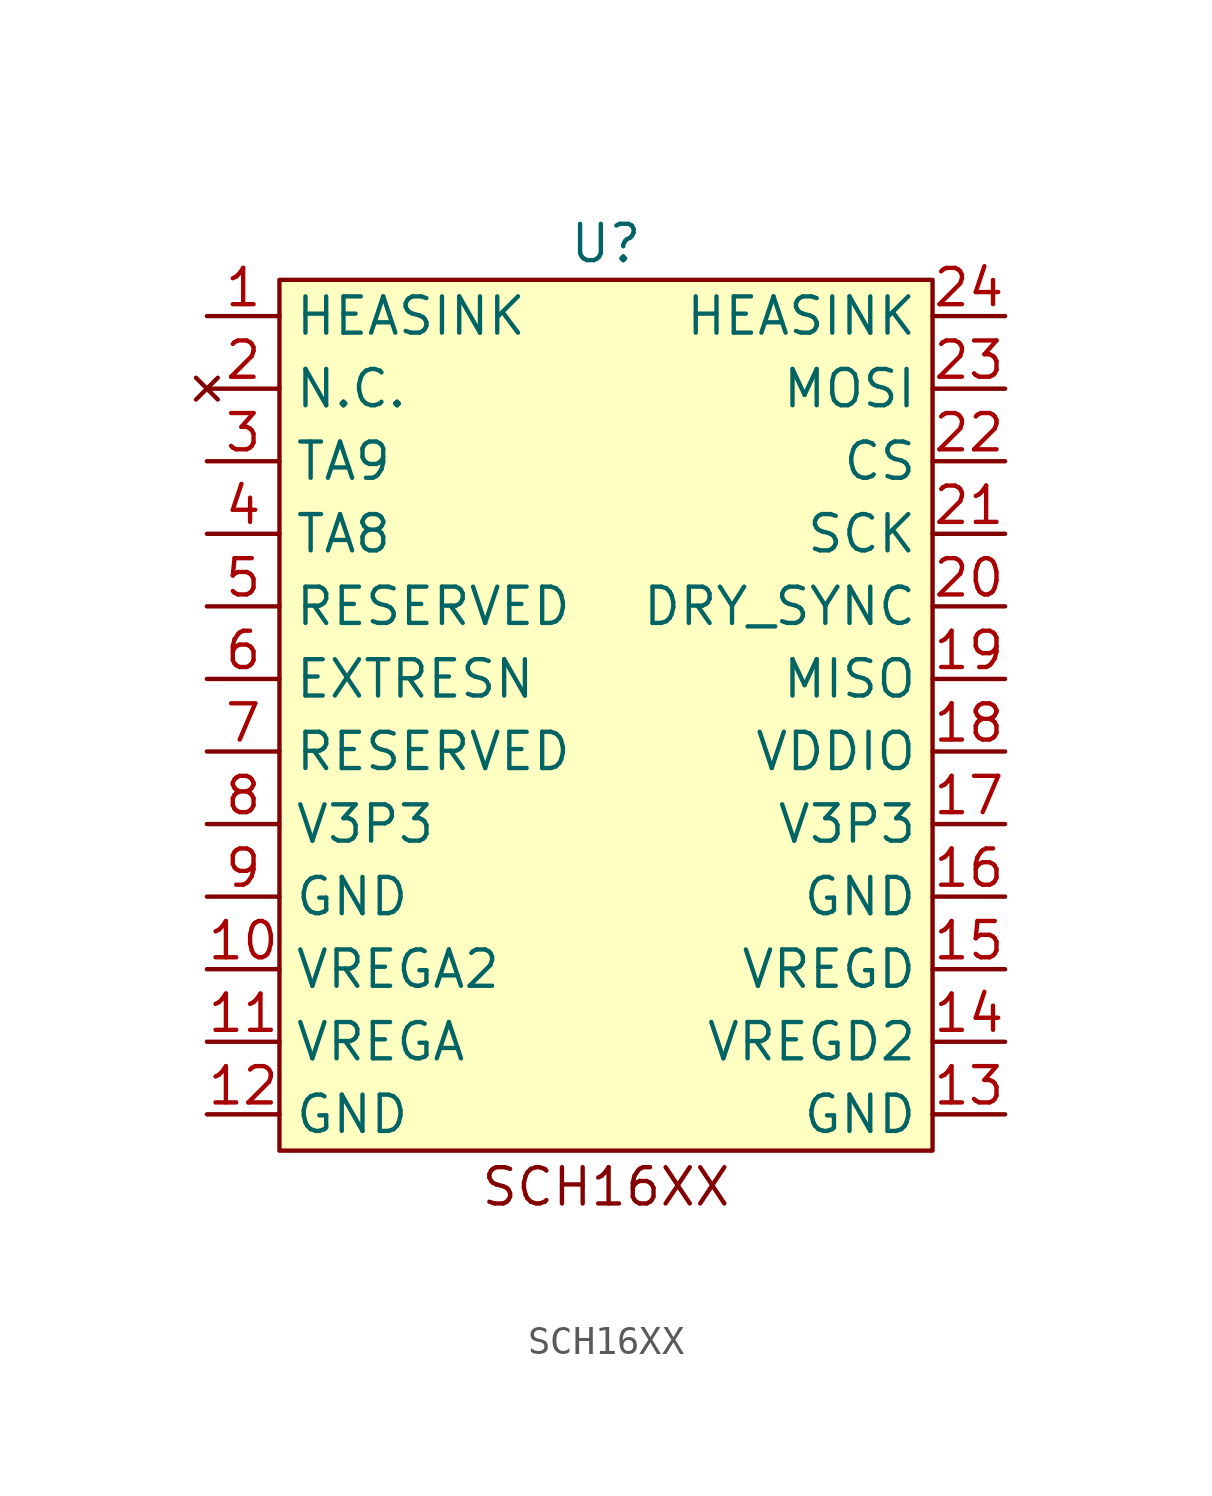
<source format=kicad_sym>
(kicad_symbol_lib
  (version 20220914)
  (generator kicad_symbol_editor)
  (symbol "SCH16XX"
    (property "Reference" "U"
      (at 0 16.51 0)
      (effects (font (size 1.27 1.27))))
    (property "Value" ""
      (at -1.27 11.43 0)
      (effects (font (size 1.27 1.27))))
    (symbol "SCH16XX_1_1"
      (rectangle (start -11.43 15.24) (end 11.43 -15.24) (stroke (width 0) (type default)) (fill (type background)))
      (text "SCH16XX" (at 0 -16.51 0) (effects (font (size 1.27 1.27))))
      (pin power_out line (at -13.97 13.97 0) (length 2.54) (name "HEASINK" (effects (font (size 1.27 1.27)))) (number "1" (effects (font (size 1.27 1.27)))))
      (pin output line (at -13.97 -8.89 0) (length 2.54) (name "VREGA2" (effects (font (size 1.27 1.27)))) (number "10" (effects (font (size 1.27 1.27)))))
      (pin output line (at -13.97 -11.43 0) (length 2.54) (name "VREGA" (effects (font (size 1.27 1.27)))) (number "11" (effects (font (size 1.27 1.27)))))
      (pin power_out line (at -13.97 -13.97 0) (length 2.54) (name "GND" (effects (font (size 1.27 1.27)))) (number "12" (effects (font (size 1.27 1.27)))))
      (pin power_out line (at 13.97 -13.97 180) (length 2.54) (name "GND" (effects (font (size 1.27 1.27)))) (number "13" (effects (font (size 1.27 1.27)))))
      (pin output line (at 13.97 -11.43 180) (length 2.54) (name "VREGD2" (effects (font (size 1.27 1.27)))) (number "14" (effects (font (size 1.27 1.27)))))
      (pin output line (at 13.97 -8.89 180) (length 2.54) (name "VREGD" (effects (font (size 1.27 1.27)))) (number "15" (effects (font (size 1.27 1.27)))))
      (pin power_out line (at 13.97 -6.35 180) (length 2.54) (name "GND" (effects (font (size 1.27 1.27)))) (number "16" (effects (font (size 1.27 1.27)))))
      (pin power_in line (at 13.97 -3.81 180) (length 2.54) (name "V3P3" (effects (font (size 1.27 1.27)))) (number "17" (effects (font (size 1.27 1.27)))))
      (pin power_in line (at 13.97 -1.27 180) (length 2.54) (name "VDDIO" (effects (font (size 1.27 1.27)))) (number "18" (effects (font (size 1.27 1.27)))))
      (pin output line (at 13.97 1.27 180) (length 2.54) (name "MISO" (effects (font (size 1.27 1.27)))) (number "19" (effects (font (size 1.27 1.27)))))
      (pin no_connect line (at -13.97 11.43 0) (length 2.54) (name "N.C." (effects (font (size 1.27 1.27)))) (number "2" (effects (font (size 1.27 1.27)))))
      (pin input line (at 13.97 3.81 180) (length 2.54) (name "DRY_SYNC" (effects (font (size 1.27 1.27)))) (number "20" (effects (font (size 1.27 1.27)))))
      (pin input line (at 13.97 6.35 180) (length 2.54) (name "SCK" (effects (font (size 1.27 1.27)))) (number "21" (effects (font (size 1.27 1.27)))))
      (pin input line (at 13.97 8.89 180) (length 2.54) (name "CS" (effects (font (size 1.27 1.27)))) (number "22" (effects (font (size 1.27 1.27)))))
      (pin input line (at 13.97 11.43 180) (length 2.54) (name "MOSI" (effects (font (size 1.27 1.27)))) (number "23" (effects (font (size 1.27 1.27)))))
      (pin power_out line (at 13.97 13.97 180) (length 2.54) (name "HEASINK" (effects (font (size 1.27 1.27)))) (number "24" (effects (font (size 1.27 1.27)))))
      (pin input line (at -13.97 8.89 0) (length 2.54) (name "TA9" (effects (font (size 1.27 1.27)))) (number "3" (effects (font (size 1.27 1.27)))))
      (pin input line (at -13.97 6.35 0) (length 2.54) (name "TA8" (effects (font (size 1.27 1.27)))) (number "4" (effects (font (size 1.27 1.27)))))
      (pin power_out line (at -13.97 3.81 0) (length 2.54) (name "RESERVED" (effects (font (size 1.27 1.27)))) (number "5" (effects (font (size 1.27 1.27)))))
      (pin input line (at -13.97 1.27 0) (length 2.54) (name "EXTRESN" (effects (font (size 1.27 1.27)))) (number "6" (effects (font (size 1.27 1.27)))))
      (pin power_out line (at -13.97 -1.27 0) (length 2.54) (name "RESERVED" (effects (font (size 1.27 1.27)))) (number "7" (effects (font (size 1.27 1.27)))))
      (pin power_in line (at -13.97 -3.81 0) (length 2.54) (name "V3P3" (effects (font (size 1.27 1.27)))) (number "8" (effects (font (size 1.27 1.27)))))
      (pin power_out line (at -13.97 -6.35 0) (length 2.54) (name "GND" (effects (font (size 1.27 1.27)))) (number "9" (effects (font (size 1.27 1.27))))))))
</source>
